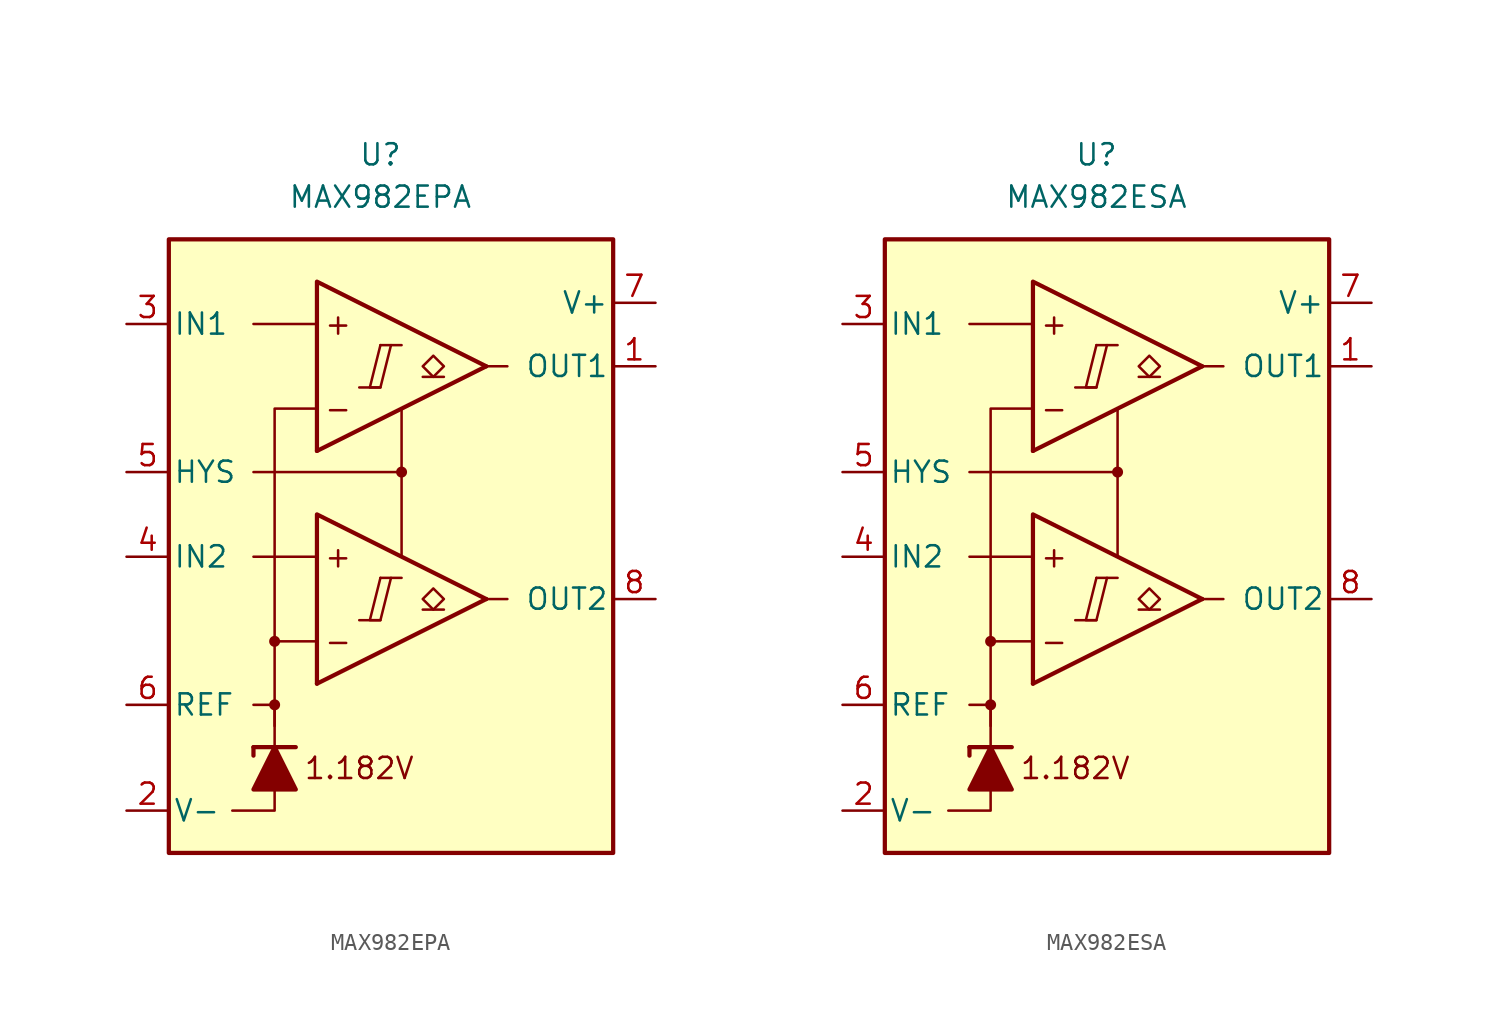
<source format=kicad_sym>
(kicad_symbol_lib
  (version 20231120)
  (generator "kicad_symbol_editor")
  (generator_version "8.0")
  (symbol "MAX982EPA"
    (pin_names
      (offset 0.254))
    (property "Reference" "U"
      (at -1.27 22.86 0)
      (effects (font (size 1.27 1.27))))
    (property "Value" "MAX982EPA"
      (at -1.27 20.32 0)
      (effects (font (size 1.27 1.27))))
    (symbol "MAX982EPA_0_0"
      (rectangle (start -13.97 17.78) (end 12.7 -19.05) (stroke (width 0.254) (type default)) (fill (type background)))
      (circle (center -7.62 -10.16) (radius 0.254) (stroke (width 0.152) (type default)) (fill (type outline)))
      (circle (center -7.62 -6.35) (radius 0.254) (stroke (width 0.152) (type default)) (fill (type outline)))
      (polyline (pts (xy -2.54 -5.08) (xy -1.27 -5.08)) (stroke (width 0.152) (type default)) (fill (type none)))
      (polyline (pts (xy -2.54 8.89) (xy -1.27 8.89)) (stroke (width 0.152) (type default)) (fill (type none)))
      (polyline (pts (xy -1.27 -2.54) (xy 0 -2.54)) (stroke (width 0.152) (type default)) (fill (type none)))
      (polyline (pts (xy -1.27 11.43) (xy 0 11.43)) (stroke (width 0.152) (type default)) (fill (type none)))
      (polyline (pts (xy 5.08 -3.81) (xy -5.08 -8.89)) (stroke (width 0.254) (type default)) (fill (type none)))
      (polyline (pts (xy 5.08 10.16) (xy -5.08 5.08)) (stroke (width 0.254) (type default)) (fill (type none)))
      (polyline (pts (xy 5.08 -3.81) (xy -5.08 1.27) (xy -5.08 -8.89)) (stroke (width 0.254) (type default)) (fill (type background)))
      (polyline (pts (xy 5.08 10.16) (xy -5.08 15.24) (xy -5.08 5.08)) (stroke (width 0.254) (type default)) (fill (type background)))
      (polyline (pts (xy -1.27 -2.54) (xy -1.905 -5.08) (xy -1.27 -5.08) (xy -0.635 -2.54)) (stroke (width 0.152) (type default)) (fill (type none)))
      (polyline (pts (xy -1.27 11.43) (xy -1.905 8.89) (xy -1.27 8.89) (xy -0.635 11.43)) (stroke (width 0.152) (type default)) (fill (type none)))
      (circle (center 0 3.81) (radius 0.254) (stroke (width 0.152) (type default)) (fill (type outline)))
      (text "+" (at -3.81 -1.27 0) (effects (font (size 1.27 1.27))))
      (text "+" (at -3.81 12.7 0) (effects (font (size 1.27 1.27))))
      (text "-" (at -3.81 -6.35 0) (effects (font (size 1.27 1.27))))
      (text "-" (at -3.81 7.62 0) (effects (font (size 1.27 1.27))))
      (text "1.182V" (at -2.54 -13.97 0) (effects (font (size 1.27 1.27)))))
    (symbol "MAX982EPA_0_1"
      (polyline (pts (xy -8.89 -12.7) (xy -8.89 -13.208)) (stroke (width 0.254) (type default)) (fill (type none)))
      (polyline (pts (xy -8.89 -12.7) (xy -6.35 -12.7)) (stroke (width 0.254) (type default)) (fill (type none)))
      (polyline (pts (xy -5.08 -1.27) (xy -8.89 -1.27)) (stroke (width 0) (type default)) (fill (type none)))
      (polyline (pts (xy -5.08 12.7) (xy -8.89 12.7)) (stroke (width 0) (type default)) (fill (type none)))
      (polyline (pts (xy 0 3.81) (xy 0 -1.27)) (stroke (width 0) (type default)) (fill (type none)))
      (polyline (pts (xy 5.08 -3.81) (xy 6.35 -3.81)) (stroke (width 0) (type default)) (fill (type none)))
      (polyline (pts (xy 5.08 10.16) (xy 6.35 10.16)) (stroke (width 0) (type default)) (fill (type none)))
      (polyline (pts (xy -7.62 -15.24) (xy -7.62 -16.51) (xy -10.16 -16.51)) (stroke (width 0) (type default)) (fill (type none)))
      (polyline (pts (xy -7.62 -12.7) (xy -7.62 -10.16) (xy -8.89 -10.16)) (stroke (width 0) (type default)) (fill (type none)))
      (polyline (pts (xy -7.62 -11.43) (xy -7.62 -6.35) (xy -5.08 -6.35)) (stroke (width 0) (type default)) (fill (type none)))
      (polyline (pts (xy -7.62 -6.35) (xy -7.62 7.62) (xy -5.08 7.62)) (stroke (width 0) (type default)) (fill (type none)))
      (polyline (pts (xy 0 7.62) (xy 0 3.81) (xy -8.89 3.81)) (stroke (width 0) (type default)) (fill (type none)))
      (polyline (pts (xy -6.35 -15.24) (xy -8.89 -15.24) (xy -7.62 -12.7) (xy -6.35 -15.24)) (stroke (width 0.254) (type default)) (fill (type outline))))
    (symbol "MAX982EPA_1_1"
      (polyline (pts (xy 2.54 -4.445) (xy 1.27 -4.445)) (stroke (width 0.152) (type default)) (fill (type none)))
      (polyline (pts (xy 2.54 9.525) (xy 1.27 9.525)) (stroke (width 0.152) (type default)) (fill (type none)))
      (polyline (pts (xy 1.905 -4.445) (xy 1.27 -3.81) (xy 1.905 -3.175) (xy 2.54 -3.81) (xy 1.905 -4.445)) (stroke (width 0.152) (type default)) (fill (type none)))
      (polyline (pts (xy 1.905 9.525) (xy 1.27 10.16) (xy 1.905 10.795) (xy 2.54 10.16) (xy 1.905 9.525)) (stroke (width 0.152) (type default)) (fill (type none)))
      (pin output line (at 15.24 10.16 180) (length 2.54) (name "OUT1" (effects (font (size 1.27 1.27)))) (number "1" (effects (font (size 1.27 1.27)))))
      (pin power_in line (at -16.51 -16.51 0) (length 2.54) (name "V-" (effects (font (size 1.27 1.27)))) (number "2" (effects (font (size 1.27 1.27)))))
      (pin input line (at -16.51 12.7 0) (length 2.54) (name "IN1" (effects (font (size 1.27 1.27)))) (number "3" (effects (font (size 1.27 1.27)))))
      (pin input line (at -16.51 -1.27 0) (length 2.54) (name "IN2" (effects (font (size 1.27 1.27)))) (number "4" (effects (font (size 1.27 1.27)))))
      (pin input line (at -16.51 3.81 0) (length 2.54) (name "HYS" (effects (font (size 1.27 1.27)))) (number "5" (effects (font (size 1.27 1.27)))))
      (pin output line (at -16.51 -10.16 0) (length 2.54) (name "REF" (effects (font (size 1.27 1.27)))) (number "6" (effects (font (size 1.27 1.27)))))
      (pin power_in line (at 15.24 13.97 180) (length 2.54) (name "V+" (effects (font (size 1.27 1.27)))) (number "7" (effects (font (size 1.27 1.27)))))
      (pin output line (at 15.24 -3.81 180) (length 2.54) (name "OUT2" (effects (font (size 1.27 1.27)))) (number "8" (effects (font (size 1.27 1.27)))))))
  (symbol "MAX982ESA"
    (pin_names
      (offset 0.254))
    (property "Reference" "U"
      (at -1.27 22.86 0)
      (effects (font (size 1.27 1.27))))
    (property "Value" "MAX982ESA"
      (at -1.27 20.32 0)
      (effects (font (size 1.27 1.27))))
    (symbol "MAX982ESA_0_0"
      (rectangle (start -13.97 17.78) (end 12.7 -19.05) (stroke (width 0.254) (type default)) (fill (type background)))
      (circle (center -7.62 -10.16) (radius 0.254) (stroke (width 0.152) (type default)) (fill (type outline)))
      (circle (center -7.62 -6.35) (radius 0.254) (stroke (width 0.152) (type default)) (fill (type outline)))
      (polyline (pts (xy -2.54 -5.08) (xy -1.27 -5.08)) (stroke (width 0.152) (type default)) (fill (type none)))
      (polyline (pts (xy -2.54 8.89) (xy -1.27 8.89)) (stroke (width 0.152) (type default)) (fill (type none)))
      (polyline (pts (xy -1.27 -2.54) (xy 0 -2.54)) (stroke (width 0.152) (type default)) (fill (type none)))
      (polyline (pts (xy -1.27 11.43) (xy 0 11.43)) (stroke (width 0.152) (type default)) (fill (type none)))
      (polyline (pts (xy 5.08 -3.81) (xy -5.08 -8.89)) (stroke (width 0.254) (type default)) (fill (type none)))
      (polyline (pts (xy 5.08 10.16) (xy -5.08 5.08)) (stroke (width 0.254) (type default)) (fill (type none)))
      (polyline (pts (xy 5.08 -3.81) (xy -5.08 1.27) (xy -5.08 -8.89)) (stroke (width 0.254) (type default)) (fill (type background)))
      (polyline (pts (xy 5.08 10.16) (xy -5.08 15.24) (xy -5.08 5.08)) (stroke (width 0.254) (type default)) (fill (type background)))
      (polyline (pts (xy -1.27 -2.54) (xy -1.905 -5.08) (xy -1.27 -5.08) (xy -0.635 -2.54)) (stroke (width 0.152) (type default)) (fill (type none)))
      (polyline (pts (xy -1.27 11.43) (xy -1.905 8.89) (xy -1.27 8.89) (xy -0.635 11.43)) (stroke (width 0.152) (type default)) (fill (type none)))
      (circle (center 0 3.81) (radius 0.254) (stroke (width 0.152) (type default)) (fill (type outline)))
      (text "+" (at -3.81 -1.27 0) (effects (font (size 1.27 1.27))))
      (text "+" (at -3.81 12.7 0) (effects (font (size 1.27 1.27))))
      (text "-" (at -3.81 -6.35 0) (effects (font (size 1.27 1.27))))
      (text "-" (at -3.81 7.62 0) (effects (font (size 1.27 1.27))))
      (text "1.182V" (at -2.54 -13.97 0) (effects (font (size 1.27 1.27)))))
    (symbol "MAX982ESA_0_1"
      (polyline (pts (xy -8.89 -12.7) (xy -8.89 -13.208)) (stroke (width 0.254) (type default)) (fill (type none)))
      (polyline (pts (xy -8.89 -12.7) (xy -6.35 -12.7)) (stroke (width 0.254) (type default)) (fill (type none)))
      (polyline (pts (xy -5.08 -1.27) (xy -8.89 -1.27)) (stroke (width 0) (type default)) (fill (type none)))
      (polyline (pts (xy -5.08 12.7) (xy -8.89 12.7)) (stroke (width 0) (type default)) (fill (type none)))
      (polyline (pts (xy 0 3.81) (xy 0 -1.27)) (stroke (width 0) (type default)) (fill (type none)))
      (polyline (pts (xy 5.08 -3.81) (xy 6.35 -3.81)) (stroke (width 0) (type default)) (fill (type none)))
      (polyline (pts (xy 5.08 10.16) (xy 6.35 10.16)) (stroke (width 0) (type default)) (fill (type none)))
      (polyline (pts (xy -7.62 -15.24) (xy -7.62 -16.51) (xy -10.16 -16.51)) (stroke (width 0) (type default)) (fill (type none)))
      (polyline (pts (xy -7.62 -12.7) (xy -7.62 -10.16) (xy -8.89 -10.16)) (stroke (width 0) (type default)) (fill (type none)))
      (polyline (pts (xy -7.62 -11.43) (xy -7.62 -6.35) (xy -5.08 -6.35)) (stroke (width 0) (type default)) (fill (type none)))
      (polyline (pts (xy -7.62 -6.35) (xy -7.62 7.62) (xy -5.08 7.62)) (stroke (width 0) (type default)) (fill (type none)))
      (polyline (pts (xy 0 7.62) (xy 0 3.81) (xy -8.89 3.81)) (stroke (width 0) (type default)) (fill (type none)))
      (polyline (pts (xy -6.35 -15.24) (xy -8.89 -15.24) (xy -7.62 -12.7) (xy -6.35 -15.24)) (stroke (width 0.254) (type default)) (fill (type outline))))
    (symbol "MAX982ESA_1_1"
      (polyline (pts (xy 2.54 -4.445) (xy 1.27 -4.445)) (stroke (width 0.152) (type default)) (fill (type none)))
      (polyline (pts (xy 2.54 9.525) (xy 1.27 9.525)) (stroke (width 0.152) (type default)) (fill (type none)))
      (polyline (pts (xy 1.905 -4.445) (xy 1.27 -3.81) (xy 1.905 -3.175) (xy 2.54 -3.81) (xy 1.905 -4.445)) (stroke (width 0.152) (type default)) (fill (type none)))
      (polyline (pts (xy 1.905 9.525) (xy 1.27 10.16) (xy 1.905 10.795) (xy 2.54 10.16) (xy 1.905 9.525)) (stroke (width 0.152) (type default)) (fill (type none)))
      (pin output line (at 15.24 10.16 180) (length 2.54) (name "OUT1" (effects (font (size 1.27 1.27)))) (number "1" (effects (font (size 1.27 1.27)))))
      (pin power_in line (at -16.51 -16.51 0) (length 2.54) (name "V-" (effects (font (size 1.27 1.27)))) (number "2" (effects (font (size 1.27 1.27)))))
      (pin input line (at -16.51 12.7 0) (length 2.54) (name "IN1" (effects (font (size 1.27 1.27)))) (number "3" (effects (font (size 1.27 1.27)))))
      (pin input line (at -16.51 -1.27 0) (length 2.54) (name "IN2" (effects (font (size 1.27 1.27)))) (number "4" (effects (font (size 1.27 1.27)))))
      (pin input line (at -16.51 3.81 0) (length 2.54) (name "HYS" (effects (font (size 1.27 1.27)))) (number "5" (effects (font (size 1.27 1.27)))))
      (pin output line (at -16.51 -10.16 0) (length 2.54) (name "REF" (effects (font (size 1.27 1.27)))) (number "6" (effects (font (size 1.27 1.27)))))
      (pin power_in line (at 15.24 13.97 180) (length 2.54) (name "V+" (effects (font (size 1.27 1.27)))) (number "7" (effects (font (size 1.27 1.27)))))
      (pin output line (at 15.24 -3.81 180) (length 2.54) (name "OUT2" (effects (font (size 1.27 1.27)))) (number "8" (effects (font (size 1.27 1.27))))))))
</source>
